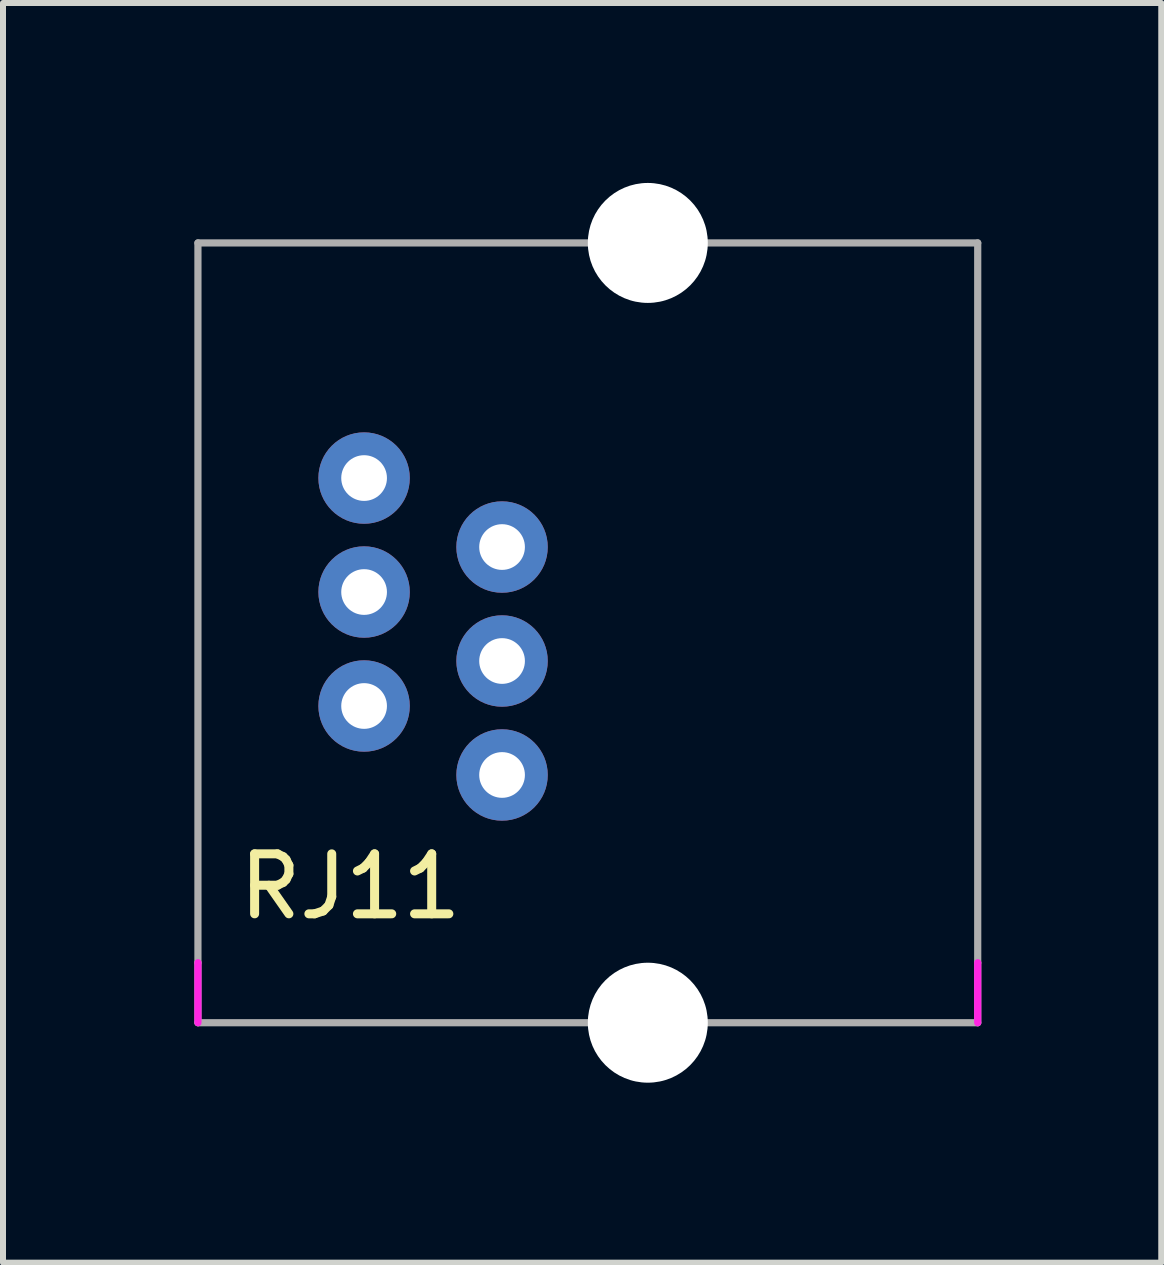
<source format=kicad_pcb>
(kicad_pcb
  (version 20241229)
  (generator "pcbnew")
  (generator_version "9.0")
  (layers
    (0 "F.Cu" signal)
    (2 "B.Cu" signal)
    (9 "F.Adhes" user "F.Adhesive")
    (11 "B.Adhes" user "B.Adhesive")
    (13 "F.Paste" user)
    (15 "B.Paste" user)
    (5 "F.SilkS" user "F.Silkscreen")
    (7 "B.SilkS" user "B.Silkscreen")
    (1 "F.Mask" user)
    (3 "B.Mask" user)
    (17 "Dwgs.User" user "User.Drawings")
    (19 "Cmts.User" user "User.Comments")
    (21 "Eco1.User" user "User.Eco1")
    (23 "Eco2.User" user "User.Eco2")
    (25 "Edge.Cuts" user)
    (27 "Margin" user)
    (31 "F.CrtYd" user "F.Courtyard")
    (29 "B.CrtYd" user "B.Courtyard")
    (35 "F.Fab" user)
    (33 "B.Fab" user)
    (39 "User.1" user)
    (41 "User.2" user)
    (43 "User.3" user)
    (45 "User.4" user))
  (footprint "RJ11"
    (layer "F.Cu")
    (at 0.25 13)
    (property "Reference" "RJ11" (at 2.54 -1.27 0) (layer "F.SilkS") (effects (font (size 1 1) (thickness 0.15))))
    (attr through_hole)
    (fp_line (start 0 0) (end 0 1) (stroke (width 0.12) (type solid)) (layer "F.CrtYd"))
    (fp_line (start 13 0) (end 13 1) (stroke (width 0.12) (type solid)) (layer "F.CrtYd"))
    (fp_line (start 0 -12) (end 0 0) (stroke (width 0.12) (type solid)) (layer "F.Fab"))
    (fp_line (start 0 0) (end 0 1) (stroke (width 0.12) (type solid)) (layer "F.Fab"))
    (fp_line (start 0 1) (end 13 1) (stroke (width 0.12) (type solid)) (layer "F.Fab"))
    (fp_line (start 13 -12) (end 0 -12) (stroke (width 0.12) (type solid)) (layer "F.Fab"))
    (fp_line (start 13 0) (end 13 -12) (stroke (width 0.12) (type solid)) (layer "F.Fab"))
    (fp_line (start 13 0) (end 13 1) (stroke (width 0.12) (type solid)) (layer "F.Fab"))
    (pad "" np_thru_hole circle (at 7.5 -12) (size 2 2) (drill 2) (layers "*.Cu" "*.Mask"))
    (pad "" np_thru_hole circle (at 7.5 1) (size 2 2) (drill 2) (layers "*.Cu" "*.Mask"))
    (pad "1" thru_hole circle (at 2.77 -8.08) (size 1.524 1.524) (drill 0.762) (layers "*.Cu" "*.Mask"))
    (pad "2" thru_hole circle (at 5.07 -6.93) (size 1.524 1.524) (drill 0.762) (layers "*.Cu" "*.Mask"))
    (pad "3" thru_hole circle (at 2.77 -6.18) (size 1.524 1.524) (drill 0.762) (layers "*.Cu" "*.Mask"))
    (pad "4" thru_hole circle (at 5.07 -5.03) (size 1.524 1.524) (drill 0.762) (layers "*.Cu" "*.Mask"))
    (pad "5" thru_hole circle (at 2.77 -4.28) (size 1.524 1.524) (drill 0.762) (layers "*.Cu" "*.Mask"))
    (pad "6" thru_hole circle (at 5.07 -3.13) (size 1.524 1.524) (drill 0.762) (layers "*.Cu" "*.Mask")))
  (gr_rect
    (start -3 -3)
    (end 16.31 18)
    (stroke (width 0.1) (type default))
    (fill no)
    (layer "Edge.Cuts")))
</source>
